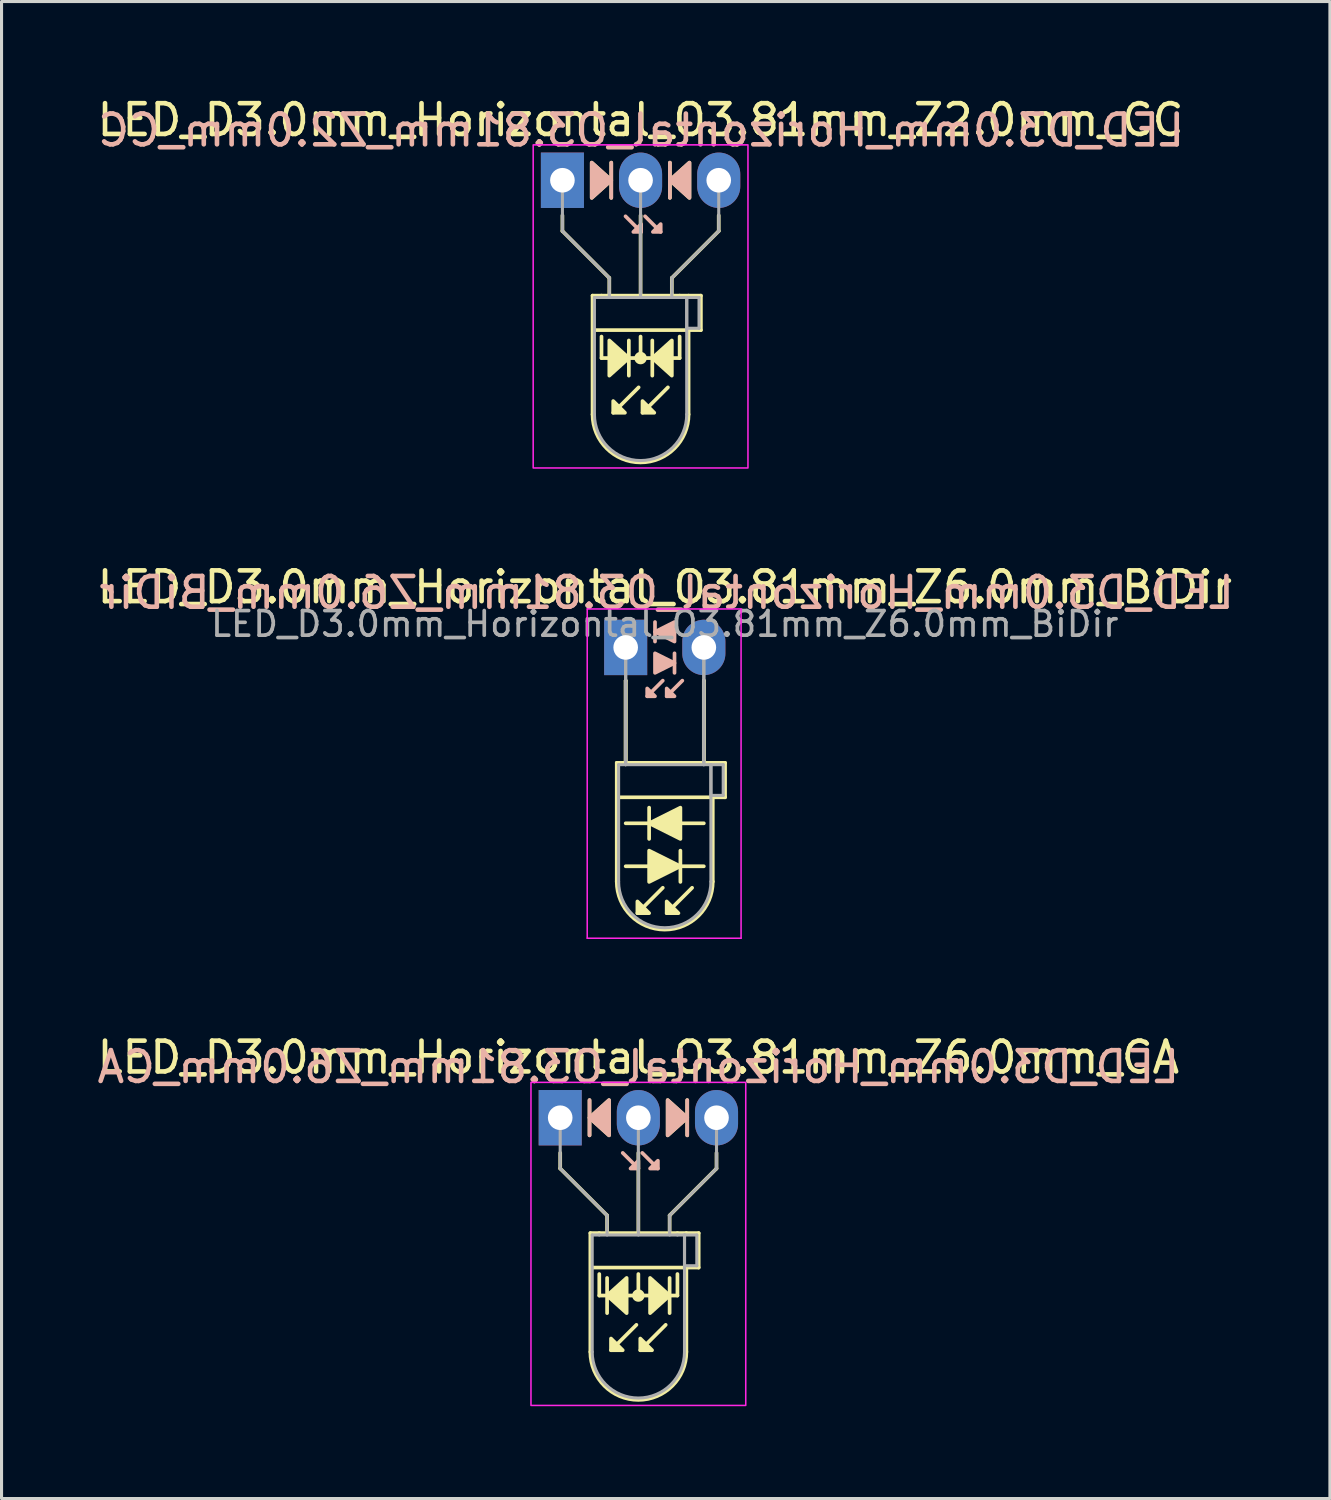
<source format=kicad_pcb>
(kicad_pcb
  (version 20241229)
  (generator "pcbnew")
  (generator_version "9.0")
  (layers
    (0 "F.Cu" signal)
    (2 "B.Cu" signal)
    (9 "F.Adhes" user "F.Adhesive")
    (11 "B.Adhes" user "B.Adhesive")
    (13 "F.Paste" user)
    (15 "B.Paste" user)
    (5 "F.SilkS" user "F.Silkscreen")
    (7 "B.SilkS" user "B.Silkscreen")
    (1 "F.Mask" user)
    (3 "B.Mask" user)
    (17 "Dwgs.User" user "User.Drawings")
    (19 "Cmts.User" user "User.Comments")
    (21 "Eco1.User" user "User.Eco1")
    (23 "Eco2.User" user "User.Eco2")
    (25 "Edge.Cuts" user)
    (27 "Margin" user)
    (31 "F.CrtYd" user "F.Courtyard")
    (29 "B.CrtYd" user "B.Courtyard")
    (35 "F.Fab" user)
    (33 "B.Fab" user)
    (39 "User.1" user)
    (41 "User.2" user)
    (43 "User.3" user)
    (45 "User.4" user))
  (footprint "LED_D3.0mm_Horizontal_O3.81mm_Z6.0mm_BiDir"
    (layer "F.Cu")
    (at 17.284 17.991)
    (property "Reference" "LED_D3.0mm_Horizontal_O3.81mm_Z6.0mm_BiDir" (at 1.27 -1.96 0) (layer "F.SilkS") (effects (font (size 1 1) (thickness 0.15))))
    (fp_line (start -0.29 3.75) (end -0.29 7.61) (stroke (width 0.12) (type solid)) (layer "F.SilkS"))
    (fp_line (start -0.29 3.75) (end 2.83 3.75) (stroke (width 0.12) (type solid)) (layer "F.SilkS"))
    (fp_line (start 0 1.08) (end 0 1.08) (stroke (width 0.12) (type solid)) (layer "F.SilkS"))
    (fp_line (start 0 1.08) (end 0 3.75) (stroke (width 0.12) (type solid)) (layer "F.SilkS"))
    (fp_line (start 0 3.75) (end 0 1.08) (stroke (width 0.12) (type solid)) (layer "F.SilkS"))
    (fp_line (start 0 3.75) (end 0 3.75) (stroke (width 0.12) (type solid)) (layer "F.SilkS"))
    (fp_line (start 0 7.112) (end 2.54 7.112) (stroke (width 0.12) (type solid)) (layer "F.SilkS"))
    (fp_line (start 0.762 5.207) (end 0.762 6.223) (stroke (width 0.12) (type solid)) (layer "F.SilkS"))
    (fp_line (start 1.206 7.811) (end 0.381 8.636) (stroke (width 0.12) (type solid)) (layer "F.SilkS"))
    (fp_line (start 1.778 7.62) (end 1.778 6.604) (stroke (width 0.12) (type solid)) (layer "F.SilkS"))
    (fp_line (start 2.159 7.811) (end 1.333 8.636) (stroke (width 0.12) (type solid)) (layer "F.SilkS"))
    (fp_line (start 2.54 1.08) (end 2.54 1.08) (stroke (width 0.12) (type solid)) (layer "F.SilkS"))
    (fp_line (start 2.54 1.08) (end 2.54 3.75) (stroke (width 0.12) (type solid)) (layer "F.SilkS"))
    (fp_line (start 2.54 3.75) (end 2.54 1.08) (stroke (width 0.12) (type solid)) (layer "F.SilkS"))
    (fp_line (start 2.54 3.75) (end 2.54 3.75) (stroke (width 0.12) (type solid)) (layer "F.SilkS"))
    (fp_line (start 2.54 5.715) (end 0 5.715) (stroke (width 0.12) (type solid)) (layer "F.SilkS"))
    (fp_line (start 2.83 3.75) (end 3.23 3.75) (stroke (width 0.12) (type solid)) (layer "F.SilkS"))
    (fp_line (start 2.83 4.87) (end 2.83 7.61) (stroke (width 0.12) (type solid)) (layer "F.SilkS"))
    (fp_line (start 3.23 3.75) (end 3.23 4.87) (stroke (width 0.12) (type solid)) (layer "F.SilkS"))
    (fp_line (start 3.23 4.87) (end -0.254 4.87) (stroke (width 0.12) (type solid)) (layer "F.SilkS"))
    (fp_arc (start 2.83 7.61) (mid 1.27 9.17) (end -0.29 7.61) (stroke (width 0.12) (type solid)) (layer "F.SilkS"))
    (fp_poly (pts (xy 0.381 8.255) (xy 0.762 8.636) (xy 0.381 8.636)) (stroke (width 0.12) (type solid)) (fill yes) (layer "F.SilkS"))
    (fp_poly (pts (xy 0.762 6.604) (xy 1.778 7.112) (xy 0.762 7.62)) (stroke (width 0.12) (type solid)) (fill yes) (layer "F.SilkS"))
    (fp_poly (pts (xy 1.333 8.255) (xy 1.714 8.636) (xy 1.333 8.636)) (stroke (width 0.12) (type solid)) (fill yes) (layer "F.SilkS"))
    (fp_poly (pts (xy 1.778 6.223) (xy 0.762 5.715) (xy 1.778 5.207)) (stroke (width 0.12) (type solid)) (fill yes) (layer "F.SilkS"))
    (fp_line (start 0.953 -0.826) (end 0.953 -0.191) (stroke (width 0.12) (type solid)) (layer "B.SilkS"))
    (fp_line (start 1.206 1.079) (end 0.699 1.587) (stroke (width 0.12) (type solid)) (layer "B.SilkS"))
    (fp_line (start 1.587 0.826) (end 1.587 0.191) (stroke (width 0.12) (type solid)) (layer "B.SilkS"))
    (fp_line (start 1.841 1.079) (end 1.333 1.587) (stroke (width 0.12) (type solid)) (layer "B.SilkS"))
    (fp_poly (pts (xy 0.699 1.333) (xy 0.953 1.587) (xy 0.699 1.587)) (stroke (width 0.12) (type solid)) (fill yes) (layer "B.SilkS"))
    (fp_poly (pts (xy 0.953 0.191) (xy 1.587 0.508) (xy 0.953 0.826)) (stroke (width 0.12) (type solid)) (fill yes) (layer "B.SilkS"))
    (fp_poly (pts (xy 1.333 1.333) (xy 1.587 1.587) (xy 1.333 1.587)) (stroke (width 0.12) (type solid)) (fill yes) (layer "B.SilkS"))
    (fp_poly (pts (xy 1.587 -0.191) (xy 0.953 -0.508) (xy 1.587 -0.826)) (stroke (width 0.12) (type solid)) (fill yes) (layer "B.SilkS"))
    (fp_line (start -1.25 -1.25) (end -1.25 9.45) (stroke (width 0.05) (type solid)) (layer "F.CrtYd"))
    (fp_line (start -1.25 9.45) (end 3.75 9.45) (stroke (width 0.05) (type solid)) (layer "F.CrtYd"))
    (fp_line (start 3.75 -1.25) (end -1.25 -1.25) (stroke (width 0.05) (type solid)) (layer "F.CrtYd"))
    (fp_line (start 3.75 9.45) (end 3.75 -1.25) (stroke (width 0.05) (type solid)) (layer "F.CrtYd"))
    (fp_line (start -0.23 3.81) (end -0.23 7.61) (stroke (width 0.1) (type solid)) (layer "F.Fab"))
    (fp_line (start -0.23 3.81) (end 2.77 3.81) (stroke (width 0.1) (type solid)) (layer "F.Fab"))
    (fp_line (start 0 0) (end 0 0) (stroke (width 0.1) (type solid)) (layer "F.Fab"))
    (fp_line (start 0 0) (end 0 3.81) (stroke (width 0.1) (type solid)) (layer "F.Fab"))
    (fp_line (start 0 3.81) (end 0 0) (stroke (width 0.1) (type solid)) (layer "F.Fab"))
    (fp_line (start 0 3.81) (end 0 3.81) (stroke (width 0.1) (type solid)) (layer "F.Fab"))
    (fp_line (start 2.54 0) (end 2.54 0) (stroke (width 0.1) (type solid)) (layer "F.Fab"))
    (fp_line (start 2.54 0) (end 2.54 3.81) (stroke (width 0.1) (type solid)) (layer "F.Fab"))
    (fp_line (start 2.54 3.81) (end 2.54 0) (stroke (width 0.1) (type solid)) (layer "F.Fab"))
    (fp_line (start 2.54 3.81) (end 2.54 3.81) (stroke (width 0.1) (type solid)) (layer "F.Fab"))
    (fp_line (start 2.77 3.81) (end 2.77 7.61) (stroke (width 0.1) (type solid)) (layer "F.Fab"))
    (fp_line (start 2.77 3.81) (end 3.17 3.81) (stroke (width 0.1) (type solid)) (layer "F.Fab"))
    (fp_line (start 2.77 4.81) (end 2.77 3.81) (stroke (width 0.1) (type solid)) (layer "F.Fab"))
    (fp_line (start 3.17 3.81) (end 3.17 4.81) (stroke (width 0.1) (type solid)) (layer "F.Fab"))
    (fp_line (start 3.17 4.81) (end 2.77 4.81) (stroke (width 0.1) (type solid)) (layer "F.Fab"))
    (fp_arc (start 2.77 7.61) (mid 1.27 9.11) (end -0.23 7.61) (stroke (width 0.1) (type solid)) (layer "F.Fab"))
    (fp_text user "${REFERENCE}" (at 1.333 -1.778 0) (layer "B.SilkS") (effects (font (size 1 1) (thickness 0.15)) (justify mirror)))
    (fp_text user "${REFERENCE}" (at 1.27 -0.762 0) (layer "F.Fab") (effects (font (size 0.8 0.8) (thickness 0.12))))
    (pad "1" thru_hole rect (at 0 0) (size 1.4 1.8) (drill 0.8) (layers "*.Cu" "*.Mask"))
    (pad "2" thru_hole oval (at 2.54 0) (size 1.4 1.8) (drill 0.8) (layers "*.Cu" "*.Mask")))
  (footprint "LED_D3.0mm_Horizontal_O3.81mm_Z6.0mm_CA"
    (layer "F.Cu")
    (at 15.156 33.275)
    (property "Reference" "LED_D3.0mm_Horizontal_O3.81mm_Z6.0mm_CA" (at 2.54 -1.96 0) (layer "F.SilkS") (effects (font (size 1 1) (thickness 0.15))))
    (fp_line (start 0 1.143) (end 0 1.651) (stroke (width 0.12) (type default)) (layer "F.SilkS"))
    (fp_line (start 0 1.651) (end 1.524 3.175) (stroke (width 0.12) (type default)) (layer "F.SilkS"))
    (fp_line (start 0.953 -0.572) (end 0.953 0.572) (stroke (width 0.12) (type solid)) (layer "F.SilkS"))
    (fp_line (start 0.98 3.75) (end 0.98 7.61) (stroke (width 0.12) (type solid)) (layer "F.SilkS"))
    (fp_line (start 0.98 3.75) (end 4.1 3.75) (stroke (width 0.12) (type solid)) (layer "F.SilkS"))
    (fp_line (start 1.27 3.75) (end 1.27 3.75) (stroke (width 0.12) (type solid)) (layer "F.SilkS"))
    (fp_line (start 1.27 5.779) (end 1.27 5.08) (stroke (width 0.12) (type default)) (layer "F.SilkS"))
    (fp_line (start 1.524 3.175) (end 1.524 3.683) (stroke (width 0.12) (type default)) (layer "F.SilkS"))
    (fp_line (start 1.524 5.207) (end 1.524 6.35) (stroke (width 0.12) (type solid)) (layer "F.SilkS"))
    (fp_line (start 2.477 6.731) (end 1.651 7.556) (stroke (width 0.12) (type solid)) (layer "F.SilkS"))
    (fp_line (start 2.54 3.75) (end 2.54 1.143) (stroke (width 0.12) (type default)) (layer "F.SilkS"))
    (fp_line (start 2.54 5.779) (end 2.54 5.08) (stroke (width 0.12) (type default)) (layer "F.SilkS"))
    (fp_line (start 3.429 6.731) (end 2.603 7.556) (stroke (width 0.12) (type solid)) (layer "F.SilkS"))
    (fp_line (start 3.556 3.175) (end 3.556 3.683) (stroke (width 0.12) (type default)) (layer "F.SilkS"))
    (fp_line (start 3.556 6.35) (end 3.556 5.207) (stroke (width 0.12) (type solid)) (layer "F.SilkS"))
    (fp_line (start 3.81 3.75) (end 3.81 3.75) (stroke (width 0.12) (type solid)) (layer "F.SilkS"))
    (fp_line (start 3.81 5.779) (end 1.27 5.779) (stroke (width 0.12) (type default)) (layer "F.SilkS"))
    (fp_line (start 3.81 5.779) (end 3.81 5.08) (stroke (width 0.12) (type default)) (layer "F.SilkS"))
    (fp_line (start 4.1 3.75) (end 4.5 3.75) (stroke (width 0.12) (type solid)) (layer "F.SilkS"))
    (fp_line (start 4.1 4.87) (end 4.1 7.61) (stroke (width 0.12) (type solid)) (layer "F.SilkS"))
    (fp_line (start 4.128 0.572) (end 4.128 -0.572) (stroke (width 0.12) (type solid)) (layer "F.SilkS"))
    (fp_line (start 4.5 3.75) (end 4.5 4.87) (stroke (width 0.12) (type solid)) (layer "F.SilkS"))
    (fp_line (start 4.5 4.87) (end 1.016 4.87) (stroke (width 0.12) (type solid)) (layer "F.SilkS"))
    (fp_line (start 5.08 1.143) (end 5.08 1.651) (stroke (width 0.12) (type default)) (layer "F.SilkS"))
    (fp_line (start 5.08 1.651) (end 3.556 3.175) (stroke (width 0.12) (type default)) (layer "F.SilkS"))
    (fp_arc (start 4.1 7.61) (mid 2.54 9.17) (end 0.98 7.61) (stroke (width 0.12) (type solid)) (layer "F.SilkS"))
    (fp_circle (center 2.54 5.779) (end 2.682 5.779) (stroke (width 0.12) (type solid)) (fill yes) (layer "F.SilkS"))
    (fp_poly (pts (xy 1.587 0.572) (xy 0.953 0) (xy 1.587 -0.572)) (stroke (width 0.12) (type solid)) (fill yes) (layer "F.SilkS"))
    (fp_poly (pts (xy 1.651 7.176) (xy 2.032 7.556) (xy 1.651 7.556)) (stroke (width 0.12) (type solid)) (fill yes) (layer "F.SilkS"))
    (fp_poly (pts (xy 2.159 6.35) (xy 1.524 5.779) (xy 2.159 5.207)) (stroke (width 0.12) (type solid)) (fill yes) (layer "F.SilkS"))
    (fp_poly (pts (xy 2.603 7.176) (xy 2.985 7.556) (xy 2.603 7.556)) (stroke (width 0.12) (type solid)) (fill yes) (layer "F.SilkS"))
    (fp_poly (pts (xy 2.921 5.207) (xy 3.556 5.779) (xy 2.921 6.35)) (stroke (width 0.12) (type solid)) (fill yes) (layer "F.SilkS"))
    (fp_poly (pts (xy 3.493 -0.572) (xy 4.128 0) (xy 3.493 0.572)) (stroke (width 0.12) (type solid)) (fill yes) (layer "F.SilkS"))
    (fp_line (start 0.953 -0.572) (end 0.953 0.572) (stroke (width 0.12) (type solid)) (layer "B.SilkS"))
    (fp_line (start 2.54 1.651) (end 2.032 1.143) (stroke (width 0.12) (type solid)) (layer "B.SilkS"))
    (fp_line (start 3.175 1.651) (end 2.667 1.143) (stroke (width 0.12) (type solid)) (layer "B.SilkS"))
    (fp_line (start 4.128 0.572) (end 4.128 -0.572) (stroke (width 0.12) (type solid)) (layer "B.SilkS"))
    (fp_poly (pts (xy 1.587 0.572) (xy 0.953 0) (xy 1.587 -0.572)) (stroke (width 0.12) (type solid)) (fill yes) (layer "B.SilkS"))
    (fp_poly (pts (xy 2.54 1.397) (xy 2.286 1.651) (xy 2.54 1.651)) (stroke (width 0.12) (type solid)) (fill yes) (layer "B.SilkS"))
    (fp_poly (pts (xy 3.175 1.397) (xy 2.921 1.651) (xy 3.175 1.651)) (stroke (width 0.12) (type solid)) (fill yes) (layer "B.SilkS"))
    (fp_poly (pts (xy 3.493 0.572) (xy 4.128 0) (xy 3.493 -0.572)) (stroke (width 0.12) (type solid)) (fill yes) (layer "B.SilkS"))
    (fp_rect (start -0.95 -1.15) (end 6.03 9.35) (stroke (width 0.05) (type default)) (fill no) (layer "F.CrtYd"))
    (fp_line (start 0 0) (end 0 0) (stroke (width 0.1) (type solid)) (layer "F.Fab"))
    (fp_line (start 0 1.651) (end 0 0) (stroke (width 0.1) (type default)) (layer "F.Fab"))
    (fp_line (start 1.04 3.81) (end 1.04 7.61) (stroke (width 0.1) (type solid)) (layer "F.Fab"))
    (fp_line (start 1.04 3.81) (end 4.04 3.81) (stroke (width 0.1) (type solid)) (layer "F.Fab"))
    (fp_line (start 1.27 3.81) (end 1.27 3.81) (stroke (width 0.1) (type solid)) (layer "F.Fab"))
    (fp_line (start 1.524 3.175) (end 0 1.651) (stroke (width 0.1) (type default)) (layer "F.Fab"))
    (fp_line (start 1.524 3.81) (end 1.524 3.175) (stroke (width 0.1) (type default)) (layer "F.Fab"))
    (fp_line (start 2.54 0) (end 2.54 0) (stroke (width 0.1) (type solid)) (layer "F.Fab"))
    (fp_line (start 2.54 0) (end 2.54 3.81) (stroke (width 0.1) (type default)) (layer "F.Fab"))
    (fp_line (start 3.556 3.175) (end 5.08 1.651) (stroke (width 0.1) (type default)) (layer "F.Fab"))
    (fp_line (start 3.556 3.81) (end 3.556 3.175) (stroke (width 0.1) (type default)) (layer "F.Fab"))
    (fp_line (start 3.81 3.81) (end 3.81 3.81) (stroke (width 0.1) (type solid)) (layer "F.Fab"))
    (fp_line (start 4.04 3.81) (end 4.04 7.61) (stroke (width 0.1) (type solid)) (layer "F.Fab"))
    (fp_line (start 4.04 3.81) (end 4.44 3.81) (stroke (width 0.1) (type solid)) (layer "F.Fab"))
    (fp_line (start 4.04 4.81) (end 4.04 3.81) (stroke (width 0.1) (type solid)) (layer "F.Fab"))
    (fp_line (start 4.44 3.81) (end 4.44 4.81) (stroke (width 0.1) (type solid)) (layer "F.Fab"))
    (fp_line (start 4.44 4.81) (end 4.04 4.81) (stroke (width 0.1) (type solid)) (layer "F.Fab"))
    (fp_line (start 5.08 1.651) (end 5.08 0) (stroke (width 0.1) (type default)) (layer "F.Fab"))
    (fp_arc (start 4.04 7.61) (mid 2.54 9.11) (end 1.04 7.61) (stroke (width 0.1) (type solid)) (layer "F.Fab"))
    (fp_text user "${REFERENCE}" (at 2.54 -1.651 0) (layer "B.SilkS") (effects (font (size 1 1) (thickness 0.15)) (justify mirror)))
    (pad "1" thru_hole rect (at 0 0) (size 1.4 1.8) (drill 0.8) (layers "*.Cu" "*.Mask"))
    (pad "2" thru_hole oval (at 2.54 0) (size 1.4 1.8) (drill 0.8) (layers "*.Cu" "*.Mask"))
    (pad "3" thru_hole oval (at 5.08 0) (size 1.4 1.8) (drill 0.8) (layers "*.Cu" "*.Mask")))
  (footprint "LED_D3.0mm_Horizontal_O3.81mm_Z2.0mm_CC"
    (layer "F.Cu")
    (at 15.228 2.808)
    (property "Reference" "LED_D3.0mm_Horizontal_O3.81mm_Z2.0mm_CC" (at 2.54 -1.96 0) (layer "F.SilkS") (effects (font (size 1 1) (thickness 0.15))))
    (fp_line (start 0 1.143) (end 0 1.651) (stroke (width 0.12) (type default)) (layer "F.SilkS"))
    (fp_line (start 0 1.651) (end 1.524 3.175) (stroke (width 0.12) (type default)) (layer "F.SilkS"))
    (fp_line (start 0.98 3.75) (end 0.98 7.61) (stroke (width 0.12) (type solid)) (layer "F.SilkS"))
    (fp_line (start 0.98 3.75) (end 4.1 3.75) (stroke (width 0.12) (type solid)) (layer "F.SilkS"))
    (fp_line (start 1.27 3.75) (end 1.27 3.75) (stroke (width 0.12) (type solid)) (layer "F.SilkS"))
    (fp_line (start 1.27 5.779) (end 1.27 5.08) (stroke (width 0.12) (type default)) (layer "F.SilkS"))
    (fp_line (start 1.524 3.175) (end 1.524 3.683) (stroke (width 0.12) (type default)) (layer "F.SilkS"))
    (fp_line (start 1.587 0.572) (end 1.587 -0.572) (stroke (width 0.12) (type solid)) (layer "F.SilkS"))
    (fp_line (start 2.159 6.35) (end 2.159 5.207) (stroke (width 0.12) (type solid)) (layer "F.SilkS"))
    (fp_line (start 2.477 6.731) (end 1.651 7.556) (stroke (width 0.12) (type solid)) (layer "F.SilkS"))
    (fp_line (start 2.54 3.75) (end 2.54 1.143) (stroke (width 0.12) (type default)) (layer "F.SilkS"))
    (fp_line (start 2.54 5.779) (end 2.54 5.08) (stroke (width 0.12) (type default)) (layer "F.SilkS"))
    (fp_line (start 2.921 5.207) (end 2.921 6.35) (stroke (width 0.12) (type solid)) (layer "F.SilkS"))
    (fp_line (start 3.429 6.731) (end 2.603 7.556) (stroke (width 0.12) (type solid)) (layer "F.SilkS"))
    (fp_line (start 3.493 -0.572) (end 3.493 0.572) (stroke (width 0.12) (type solid)) (layer "F.SilkS"))
    (fp_line (start 3.556 3.175) (end 3.556 3.683) (stroke (width 0.12) (type default)) (layer "F.SilkS"))
    (fp_line (start 3.81 3.75) (end 3.81 3.75) (stroke (width 0.12) (type solid)) (layer "F.SilkS"))
    (fp_line (start 3.81 5.779) (end 1.27 5.779) (stroke (width 0.12) (type default)) (layer "F.SilkS"))
    (fp_line (start 3.81 5.779) (end 3.81 5.08) (stroke (width 0.12) (type default)) (layer "F.SilkS"))
    (fp_line (start 4.1 3.75) (end 4.5 3.75) (stroke (width 0.12) (type solid)) (layer "F.SilkS"))
    (fp_line (start 4.1 4.87) (end 4.1 7.61) (stroke (width 0.12) (type solid)) (layer "F.SilkS"))
    (fp_line (start 4.5 3.75) (end 4.5 4.87) (stroke (width 0.12) (type solid)) (layer "F.SilkS"))
    (fp_line (start 4.5 4.87) (end 1.016 4.87) (stroke (width 0.12) (type solid)) (layer "F.SilkS"))
    (fp_line (start 5.08 1.143) (end 5.08 1.651) (stroke (width 0.12) (type default)) (layer "F.SilkS"))
    (fp_line (start 5.08 1.651) (end 3.556 3.175) (stroke (width 0.12) (type default)) (layer "F.SilkS"))
    (fp_arc (start 4.1 7.61) (mid 2.54 9.17) (end 0.98 7.61) (stroke (width 0.12) (type solid)) (layer "F.SilkS"))
    (fp_circle (center 2.54 5.779) (end 2.682 5.779) (stroke (width 0.12) (type solid)) (fill yes) (layer "F.SilkS"))
    (fp_poly (pts (xy 0.953 -0.572) (xy 1.587 0) (xy 0.953 0.572)) (stroke (width 0.12) (type solid)) (fill yes) (layer "F.SilkS"))
    (fp_poly (pts (xy 1.524 5.207) (xy 2.159 5.779) (xy 1.524 6.35)) (stroke (width 0.12) (type solid)) (fill yes) (layer "F.SilkS"))
    (fp_poly (pts (xy 1.651 7.176) (xy 2.032 7.556) (xy 1.651 7.556)) (stroke (width 0.12) (type solid)) (fill yes) (layer "F.SilkS"))
    (fp_poly (pts (xy 2.603 7.176) (xy 2.985 7.556) (xy 2.603 7.556)) (stroke (width 0.12) (type solid)) (fill yes) (layer "F.SilkS"))
    (fp_poly (pts (xy 3.556 6.35) (xy 2.921 5.779) (xy 3.556 5.207)) (stroke (width 0.12) (type solid)) (fill yes) (layer "F.SilkS"))
    (fp_poly (pts (xy 4.128 0.572) (xy 3.493 0) (xy 4.128 -0.572)) (stroke (width 0.12) (type solid)) (fill yes) (layer "F.SilkS"))
    (fp_line (start 1.587 0.572) (end 1.587 -0.572) (stroke (width 0.12) (type solid)) (layer "B.SilkS"))
    (fp_line (start 2.559 1.679) (end 2.051 1.171) (stroke (width 0.12) (type solid)) (layer "B.SilkS"))
    (fp_line (start 3.194 1.679) (end 2.686 1.171) (stroke (width 0.12) (type solid)) (layer "B.SilkS"))
    (fp_line (start 3.493 -0.572) (end 3.493 0.572) (stroke (width 0.12) (type solid)) (layer "B.SilkS"))
    (fp_poly (pts (xy 0.953 0.572) (xy 1.587 0) (xy 0.953 -0.572)) (stroke (width 0.12) (type solid)) (fill yes) (layer "B.SilkS"))
    (fp_poly (pts (xy 2.559 1.425) (xy 2.305 1.679) (xy 2.559 1.679)) (stroke (width 0.12) (type solid)) (fill yes) (layer "B.SilkS"))
    (fp_poly (pts (xy 3.194 1.425) (xy 2.94 1.679) (xy 3.194 1.679)) (stroke (width 0.12) (type solid)) (fill yes) (layer "B.SilkS"))
    (fp_poly (pts (xy 4.128 0.572) (xy 3.493 0) (xy 4.128 -0.572)) (stroke (width 0.12) (type solid)) (fill yes) (layer "B.SilkS"))
    (fp_rect (start -0.95 -1.15) (end 6.03 9.35) (stroke (width 0.05) (type default)) (fill no) (layer "F.CrtYd"))
    (fp_line (start 0 0) (end 0 0) (stroke (width 0.1) (type solid)) (layer "F.Fab"))
    (fp_line (start 0 1.651) (end 0 0) (stroke (width 0.1) (type default)) (layer "F.Fab"))
    (fp_line (start 1.04 3.81) (end 1.04 7.61) (stroke (width 0.1) (type solid)) (layer "F.Fab"))
    (fp_line (start 1.04 3.81) (end 4.04 3.81) (stroke (width 0.1) (type solid)) (layer "F.Fab"))
    (fp_line (start 1.27 3.81) (end 1.27 3.81) (stroke (width 0.1) (type solid)) (layer "F.Fab"))
    (fp_line (start 1.524 3.175) (end 0 1.651) (stroke (width 0.1) (type default)) (layer "F.Fab"))
    (fp_line (start 1.524 3.81) (end 1.524 3.175) (stroke (width 0.1) (type default)) (layer "F.Fab"))
    (fp_line (start 2.54 0) (end 2.54 0) (stroke (width 0.1) (type solid)) (layer "F.Fab"))
    (fp_line (start 2.54 0) (end 2.54 3.81) (stroke (width 0.1) (type default)) (layer "F.Fab"))
    (fp_line (start 3.556 3.175) (end 5.08 1.651) (stroke (width 0.1) (type default)) (layer "F.Fab"))
    (fp_line (start 3.556 3.81) (end 3.556 3.175) (stroke (width 0.1) (type default)) (layer "F.Fab"))
    (fp_line (start 3.81 3.81) (end 3.81 3.81) (stroke (width 0.1) (type solid)) (layer "F.Fab"))
    (fp_line (start 4.04 3.81) (end 4.04 7.61) (stroke (width 0.1) (type solid)) (layer "F.Fab"))
    (fp_line (start 4.04 3.81) (end 4.44 3.81) (stroke (width 0.1) (type solid)) (layer "F.Fab"))
    (fp_line (start 4.04 4.81) (end 4.04 3.81) (stroke (width 0.1) (type solid)) (layer "F.Fab"))
    (fp_line (start 4.44 3.81) (end 4.44 4.81) (stroke (width 0.1) (type solid)) (layer "F.Fab"))
    (fp_line (start 4.44 4.81) (end 4.04 4.81) (stroke (width 0.1) (type solid)) (layer "F.Fab"))
    (fp_line (start 5.08 1.651) (end 5.08 0) (stroke (width 0.1) (type default)) (layer "F.Fab"))
    (fp_arc (start 4.04 7.61) (mid 2.54 9.11) (end 1.04 7.61) (stroke (width 0.1) (type solid)) (layer "F.Fab"))
    (fp_text user "${REFERENCE}" (at 2.559 -1.623 0) (layer "B.SilkS") (effects (font (size 1 1) (thickness 0.15)) (justify mirror)))
    (pad "1" thru_hole rect (at 0 0) (size 1.4 1.8) (drill 0.8) (layers "*.Cu" "*.Mask"))
    (pad "2" thru_hole oval (at 2.54 0) (size 1.4 1.8) (drill 0.8) (layers "*.Cu" "*.Mask"))
    (pad "3" thru_hole oval (at 5.08 0) (size 1.4 1.8) (drill 0.8) (layers "*.Cu" "*.Mask")))
  (gr_rect
    (start -3 -3)
    (end 40.171 45.65)
    (stroke (width 0.1) (type default))
    (fill no)
    (layer "Edge.Cuts")))
</source>
